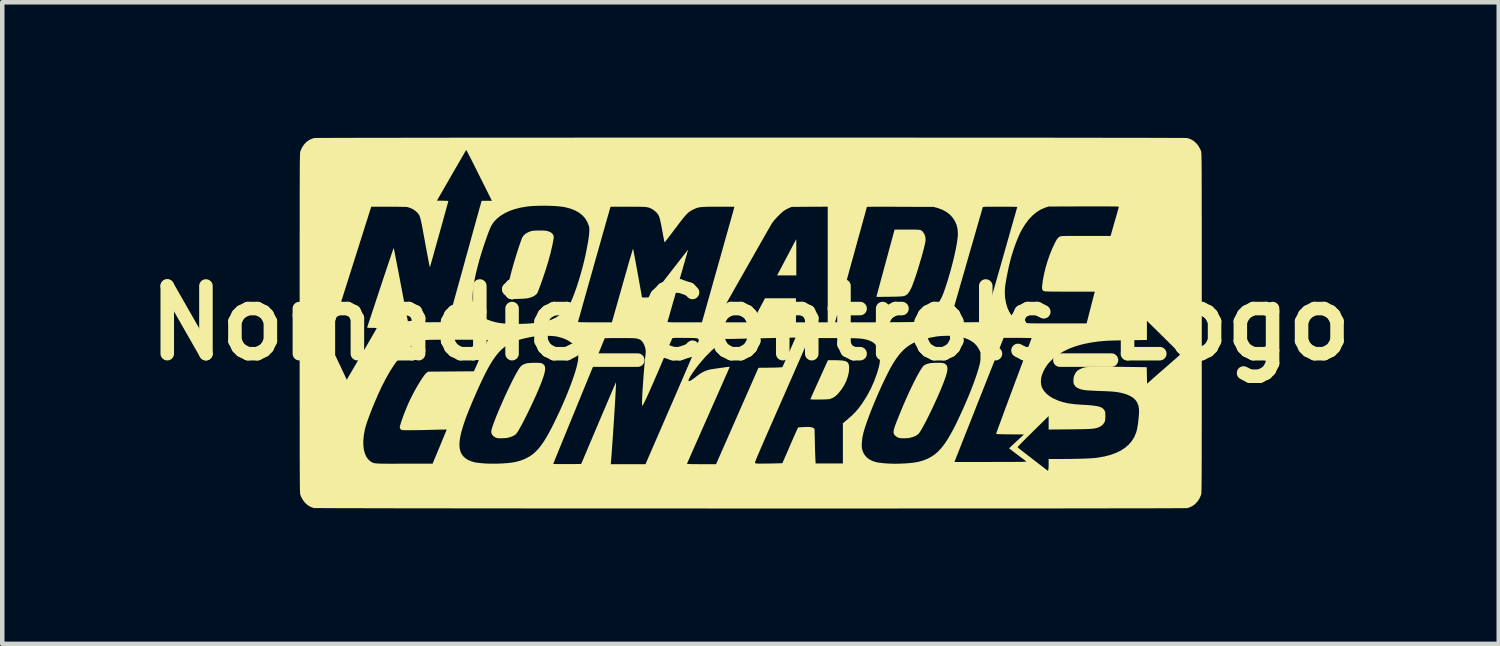
<source format=kicad_pcb>
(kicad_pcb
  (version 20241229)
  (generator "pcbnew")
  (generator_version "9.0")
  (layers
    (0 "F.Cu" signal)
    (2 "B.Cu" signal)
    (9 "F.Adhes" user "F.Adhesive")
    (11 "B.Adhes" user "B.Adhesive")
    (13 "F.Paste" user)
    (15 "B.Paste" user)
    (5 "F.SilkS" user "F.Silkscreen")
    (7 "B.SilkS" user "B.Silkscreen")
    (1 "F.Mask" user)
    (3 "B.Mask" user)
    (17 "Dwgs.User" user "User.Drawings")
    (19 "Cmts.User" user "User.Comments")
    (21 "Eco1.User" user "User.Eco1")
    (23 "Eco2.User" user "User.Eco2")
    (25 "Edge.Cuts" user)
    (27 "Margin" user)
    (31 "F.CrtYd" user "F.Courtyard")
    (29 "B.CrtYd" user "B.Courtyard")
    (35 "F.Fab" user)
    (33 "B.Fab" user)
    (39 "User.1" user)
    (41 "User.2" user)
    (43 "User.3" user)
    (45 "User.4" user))
  (footprint "Nomadic_Controls_Logo"
    (layer "F.Cu")
    (at 13.586 4.111)
    (property "Reference" "Nomadic_Controls_Logo" (at 0 0 0) (layer "F.SilkS") (effects (font (size 1.5 1.5) (thickness 0.3))))
    (attr board_only exclude_from_pos_files exclude_from_bom)
    (fp_poly (pts (xy 1.013 -1.851) (xy 1.014 -1.829) (xy 1.014 -1.793) (xy 1.014 -1.746) (xy 1.015 -1.689) (xy 1.015 -1.623) (xy 1.015 -1.55) (xy 1.015 -1.471) (xy 1.015 -1.459) (xy 1.015 -1.056) (xy 0.802 -1.056) (xy 0.588 -1.056) (xy 0.629 -1.132) (xy 0.642 -1.155) (xy 0.661 -1.192) (xy 0.685 -1.238) (xy 0.714 -1.293) (xy 0.747 -1.356) (xy 0.782 -1.422) (xy 0.819 -1.492) (xy 0.84 -1.531) (xy 0.875 -1.598) (xy 0.908 -1.661) (xy 0.937 -1.717) (xy 0.963 -1.766) (xy 0.985 -1.806) (xy 1 -1.836) (xy 1.01 -1.854) (xy 1.012 -1.858)) (stroke (width 0) (type solid)) (fill yes) (layer "F.SilkS"))
    (fp_poly (pts (xy 1.863 0.823) (xy 1.945 0.825) (xy 2.012 0.828) (xy 2.066 0.835) (xy 2.108 0.846) (xy 2.139 0.861) (xy 2.161 0.882) (xy 2.175 0.91) (xy 2.183 0.944) (xy 2.186 0.986) (xy 2.186 0.998) (xy 2.179 1.09) (xy 2.157 1.185) (xy 2.123 1.282) (xy 2.077 1.376) (xy 2.02 1.466) (xy 1.954 1.549) (xy 1.925 1.581) (xy 1.872 1.628) (xy 1.818 1.661) (xy 1.761 1.682) (xy 1.746 1.686) (xy 1.727 1.688) (xy 1.696 1.69) (xy 1.656 1.692) (xy 1.61 1.693) (xy 1.56 1.694) (xy 1.509 1.695) (xy 1.46 1.695) (xy 1.415 1.695) (xy 1.376 1.694) (xy 1.347 1.692) (xy 1.33 1.69) (xy 1.326 1.689) (xy 1.33 1.68) (xy 1.339 1.658) (xy 1.354 1.624) (xy 1.374 1.579) (xy 1.399 1.524) (xy 1.427 1.462) (xy 1.458 1.392) (xy 1.492 1.317) (xy 1.521 1.253) (xy 1.716 0.823)) (stroke (width 0) (type solid)) (fill yes) (layer "F.SilkS"))
    (fp_poly (pts (xy 3.551 -2.072) (xy 3.614 -2.071) (xy 3.665 -2.071) (xy 3.705 -2.069) (xy 3.735 -2.067) (xy 3.758 -2.063) (xy 3.775 -2.058) (xy 3.789 -2.051) (xy 3.8 -2.043) (xy 3.811 -2.032) (xy 3.817 -2.025) (xy 3.851 -1.977) (xy 3.872 -1.92) (xy 3.879 -1.875) (xy 3.88 -1.851) (xy 3.879 -1.826) (xy 3.875 -1.796) (xy 3.867 -1.759) (xy 3.856 -1.71) (xy 3.849 -1.682) (xy 3.825 -1.587) (xy 3.797 -1.484) (xy 3.765 -1.376) (xy 3.732 -1.266) (xy 3.699 -1.157) (xy 3.665 -1.053) (xy 3.632 -0.956) (xy 3.601 -0.871) (xy 3.586 -0.83) (xy 3.558 -0.766) (xy 3.529 -0.712) (xy 3.5 -0.668) (xy 3.472 -0.637) (xy 3.464 -0.631) (xy 3.448 -0.62) (xy 3.431 -0.611) (xy 3.413 -0.603) (xy 3.392 -0.598) (xy 3.365 -0.593) (xy 3.331 -0.59) (xy 3.288 -0.588) (xy 3.234 -0.586) (xy 3.167 -0.584) (xy 3.087 -0.583) (xy 3.076 -0.583) (xy 2.79 -0.58) (xy 2.796 -0.603) (xy 2.799 -0.617) (xy 2.807 -0.645) (xy 2.818 -0.686) (xy 2.832 -0.739) (xy 2.849 -0.801) (xy 2.868 -0.872) (xy 2.889 -0.95) (xy 2.912 -1.034) (xy 2.936 -1.122) (xy 2.96 -1.213) (xy 2.985 -1.306) (xy 3.011 -1.4) (xy 3.036 -1.492) (xy 3.06 -1.581) (xy 3.083 -1.667) (xy 3.105 -1.747) (xy 3.125 -1.821) (xy 3.143 -1.887) (xy 3.158 -1.943) (xy 3.171 -1.988) (xy 3.18 -2.021) (xy 3.185 -2.041) (xy 3.186 -2.045) (xy 3.195 -2.072) (xy 3.473 -2.072)) (stroke (width 0) (type solid)) (fill yes) (layer "F.SilkS"))
    (fp_poly (pts (xy -4.732 0.881) (xy -4.696 0.882) (xy -4.669 0.883) (xy -4.649 0.887) (xy -4.632 0.891) (xy -4.617 0.898) (xy -4.588 0.916) (xy -4.568 0.939) (xy -4.556 0.97) (xy -4.552 1.009) (xy -4.556 1.058) (xy -4.569 1.117) (xy -4.59 1.188) (xy -4.615 1.258) (xy -4.651 1.355) (xy -4.696 1.464) (xy -4.747 1.583) (xy -4.805 1.71) (xy -4.868 1.845) (xy -4.935 1.984) (xy -4.987 2.088) (xy -5.034 2.181) (xy -5.075 2.259) (xy -5.111 2.324) (xy -5.141 2.377) (xy -5.166 2.417) (xy -5.187 2.446) (xy -5.198 2.46) (xy -5.226 2.482) (xy -5.266 2.504) (xy -5.314 2.523) (xy -5.367 2.539) (xy -5.377 2.541) (xy -5.411 2.547) (xy -5.454 2.551) (xy -5.5 2.553) (xy -5.546 2.554) (xy -5.586 2.553) (xy -5.617 2.549) (xy -5.625 2.547) (xy -5.672 2.527) (xy -5.709 2.498) (xy -5.735 2.462) (xy -5.747 2.423) (xy -5.748 2.411) (xy -5.745 2.383) (xy -5.734 2.341) (xy -5.718 2.288) (xy -5.695 2.224) (xy -5.668 2.152) (xy -5.637 2.072) (xy -5.602 1.986) (xy -5.564 1.896) (xy -5.523 1.802) (xy -5.481 1.706) (xy -5.438 1.61) (xy -5.394 1.516) (xy -5.35 1.424) (xy -5.307 1.335) (xy -5.266 1.252) (xy -5.226 1.176) (xy -5.189 1.108) (xy -5.155 1.05) (xy -5.126 1.003) (xy -5.124 1.001) (xy -5.097 0.965) (xy -5.067 0.937) (xy -5.032 0.916) (xy -4.989 0.9) (xy -4.938 0.889) (xy -4.875 0.883) (xy -4.798 0.881) (xy -4.782 0.881)) (stroke (width 0) (type solid)) (fill yes) (layer "F.SilkS"))
    (fp_poly (pts (xy 4.185 0.881) (xy 4.221 0.882) (xy 4.248 0.883) (xy 4.268 0.887) (xy 4.285 0.891) (xy 4.3 0.898) (xy 4.33 0.917) (xy 4.351 0.943) (xy 4.362 0.977) (xy 4.365 1.02) (xy 4.358 1.073) (xy 4.342 1.138) (xy 4.321 1.204) (xy 4.298 1.268) (xy 4.27 1.342) (xy 4.238 1.422) (xy 4.202 1.508) (xy 4.163 1.598) (xy 4.121 1.691) (xy 4.078 1.785) (xy 4.035 1.878) (xy 3.991 1.97) (xy 3.948 2.058) (xy 3.906 2.142) (xy 3.866 2.219) (xy 3.828 2.288) (xy 3.795 2.349) (xy 3.765 2.398) (xy 3.74 2.435) (xy 3.722 2.457) (xy 3.691 2.482) (xy 3.646 2.506) (xy 3.593 2.527) (xy 3.54 2.541) (xy 3.503 2.548) (xy 3.457 2.552) (xy 3.408 2.554) (xy 3.361 2.553) (xy 3.321 2.551) (xy 3.296 2.547) (xy 3.245 2.527) (xy 3.205 2.494) (xy 3.193 2.48) (xy 3.182 2.463) (xy 3.174 2.445) (xy 3.17 2.426) (xy 3.17 2.404) (xy 3.174 2.376) (xy 3.183 2.342) (xy 3.196 2.299) (xy 3.215 2.247) (xy 3.239 2.183) (xy 3.27 2.106) (xy 3.277 2.088) (xy 3.335 1.944) (xy 3.394 1.804) (xy 3.453 1.669) (xy 3.511 1.54) (xy 3.568 1.42) (xy 3.622 1.309) (xy 3.674 1.208) (xy 3.722 1.12) (xy 3.766 1.045) (xy 3.789 1.009) (xy 3.816 0.971) (xy 3.841 0.943) (xy 3.869 0.924) (xy 3.904 0.909) (xy 3.951 0.896) (xy 3.953 0.895) (xy 3.988 0.888) (xy 4.033 0.884) (xy 4.09 0.881) (xy 4.135 0.881)) (stroke (width 0) (type solid)) (fill yes) (layer "F.SilkS"))
    (fp_poly (pts (xy -4.626 -2.051) (xy -4.585 -2.05) (xy -4.553 -2.048) (xy -4.528 -2.045) (xy -4.505 -2.039) (xy -4.482 -2.033) (xy -4.445 -2.019) (xy -4.419 -2.004) (xy -4.396 -1.984) (xy -4.394 -1.982) (xy -4.38 -1.964) (xy -4.37 -1.946) (xy -4.364 -1.926) (xy -4.363 -1.901) (xy -4.366 -1.867) (xy -4.373 -1.824) (xy -4.384 -1.768) (xy -4.386 -1.756) (xy -4.429 -1.567) (xy -4.482 -1.371) (xy -4.544 -1.168) (xy -4.616 -0.956) (xy -4.663 -0.827) (xy -4.678 -0.785) (xy -4.693 -0.746) (xy -4.705 -0.713) (xy -4.713 -0.691) (xy -4.713 -0.69) (xy -4.736 -0.651) (xy -4.773 -0.617) (xy -4.822 -0.587) (xy -4.883 -0.564) (xy -4.927 -0.553) (xy -4.955 -0.548) (xy -4.994 -0.544) (xy -5.039 -0.54) (xy -5.088 -0.538) (xy -5.137 -0.536) (xy -5.181 -0.535) (xy -5.219 -0.536) (xy -5.246 -0.537) (xy -5.257 -0.539) (xy -5.31 -0.564) (xy -5.351 -0.598) (xy -5.377 -0.641) (xy -5.387 -0.671) (xy -5.39 -0.692) (xy -5.39 -0.719) (xy -5.386 -0.752) (xy -5.38 -0.795) (xy -5.37 -0.847) (xy -5.356 -0.911) (xy -5.338 -0.989) (xy -5.325 -1.04) (xy -5.309 -1.103) (xy -5.29 -1.175) (xy -5.268 -1.253) (xy -5.245 -1.334) (xy -5.22 -1.418) (xy -5.194 -1.502) (xy -5.169 -1.583) (xy -5.144 -1.66) (xy -5.121 -1.73) (xy -5.099 -1.792) (xy -5.081 -1.843) (xy -5.066 -1.882) (xy -5.06 -1.895) (xy -5.029 -1.942) (xy -4.984 -1.982) (xy -4.925 -2.015) (xy -4.868 -2.036) (xy -4.845 -2.042) (xy -4.819 -2.046) (xy -4.788 -2.049) (xy -4.748 -2.051) (xy -4.695 -2.051) (xy -4.68 -2.051)) (stroke (width 0) (type solid)) (fill yes) (layer "F.SilkS"))
    (fp_poly (pts (xy 0.384 -4.111) (xy 0.729 -4.111) (xy 1.073 -4.111) (xy 1.416 -4.111) (xy 1.757 -4.111) (xy 2.096 -4.111) (xy 2.433 -4.111) (xy 2.767 -4.111) (xy 3.098 -4.111) (xy 3.425 -4.111) (xy 3.748 -4.11) (xy 4.067 -4.11) (xy 4.381 -4.11) (xy 4.691 -4.11) (xy 4.994 -4.11) (xy 5.292 -4.11) (xy 5.583 -4.11) (xy 5.868 -4.109) (xy 6.146 -4.109) (xy 6.416 -4.109) (xy 6.678 -4.109) (xy 6.932 -4.108) (xy 7.178 -4.108) (xy 7.414 -4.108) (xy 7.641 -4.108) (xy 7.858 -4.107) (xy 8.065 -4.107) (xy 8.262 -4.107) (xy 8.447 -4.106) (xy 8.621 -4.106) (xy 8.784 -4.106) (xy 8.934 -4.105) (xy 9.071 -4.105) (xy 9.196 -4.105) (xy 9.307 -4.104) (xy 9.405 -4.104) (xy 9.488 -4.103) (xy 9.557 -4.103) (xy 9.611 -4.103) (xy 9.65 -4.102) (xy 9.673 -4.102) (xy 9.68 -4.101) (xy 9.752 -4.078) (xy 9.818 -4.04) (xy 9.877 -3.989) (xy 9.928 -3.927) (xy 9.968 -3.854) (xy 9.987 -3.808) (xy 9.988 -3.804) (xy 9.989 -3.799) (xy 9.99 -3.793) (xy 9.991 -3.786) (xy 9.992 -3.776) (xy 9.993 -3.764) (xy 9.994 -3.749) (xy 9.995 -3.731) (xy 9.995 -3.709) (xy 9.996 -3.682) (xy 9.997 -3.651) (xy 9.997 -3.614) (xy 9.998 -3.572) (xy 9.998 -3.523) (xy 9.999 -3.468) (xy 9.999 -3.407) (xy 10 -3.337) (xy 10 -3.26) (xy 10 -3.175) (xy 10 -3.08) (xy 10.001 -2.977) (xy 10.001 -2.864) (xy 10.001 -2.74) (xy 10.001 -2.607) (xy 10.001 -2.462) (xy 10.002 -2.306) (xy 10.002 -2.137) (xy 10.002 -1.957) (xy 10.002 -1.764) (xy 10.002 -1.557) (xy 10.002 -1.337) (xy 10.002 -1.103) (xy 10.002 -0.854) (xy 10.002 -0.59) (xy 10.002 -0.31) (xy 10.002 -0.015) (xy 10.002 0) (xy 10.002 0.296) (xy 10.002 0.576) (xy 10.002 0.841) (xy 10.002 1.091) (xy 10.002 1.326) (xy 10.002 1.546) (xy 10.002 1.754) (xy 10.002 1.948) (xy 10.002 2.129) (xy 10.002 2.298) (xy 10.001 2.454) (xy 10.001 2.6) (xy 10.001 2.734) (xy 10.001 2.858) (xy 10.001 2.972) (xy 10 3.075) (xy 10 3.17) (xy 10 3.256) (xy 10 3.334) (xy 9.999 3.403) (xy 9.999 3.466) (xy 9.998 3.521) (xy 9.998 3.569) (xy 9.997 3.612) (xy 9.997 3.649) (xy 9.996 3.68) (xy 9.995 3.707) (xy 9.995 3.73) (xy 9.994 3.748) (xy 9.993 3.764) (xy 9.992 3.776) (xy 9.991 3.785) (xy 9.99 3.793) (xy 9.989 3.799) (xy 9.988 3.803) (xy 9.987 3.807) (xy 9.987 3.808) (xy 9.953 3.885) (xy 9.908 3.954) (xy 9.854 4.012) (xy 9.792 4.057) (xy 9.723 4.089) (xy 9.68 4.101) (xy 9.67 4.102) (xy 9.643 4.102) (xy 9.601 4.103) (xy 9.544 4.103) (xy 9.472 4.104) (xy 9.386 4.104) (xy 9.285 4.105) (xy 9.171 4.105) (xy 9.044 4.105) (xy 8.903 4.106) (xy 8.751 4.106) (xy 8.586 4.106) (xy 8.409 4.107) (xy 8.222 4.107) (xy 8.023 4.107) (xy 7.814 4.108) (xy 7.595 4.108) (xy 7.366 4.108) (xy 7.127 4.108) (xy 6.88 4.109) (xy 6.624 4.109) (xy 6.36 4.109) (xy 6.089 4.109) (xy 5.809 4.109) (xy 5.523 4.11) (xy 5.231 4.11) (xy 4.932 4.11) (xy 4.627 4.11) (xy 4.317 4.11) (xy 4.001 4.11) (xy 3.681 4.11) (xy 3.357 4.11) (xy 3.029 4.111) (xy 2.698 4.111) (xy 2.363 4.111) (xy 2.026 4.111) (xy 1.686 4.111) (xy 1.345 4.111) (xy 1.002 4.111) (xy 0.657 4.111) (xy 0.312 4.111) (xy -0.033 4.111) (xy -0.378 4.111) (xy -0.723 4.111) (xy -1.067 4.11) (xy -1.41 4.11) (xy -1.751 4.11) (xy -2.09 4.11) (xy -2.427 4.11) (xy -2.761 4.11) (xy -3.092 4.11) (xy -3.419 4.11) (xy -3.743 4.109) (xy -4.062 4.109) (xy -4.376 4.109) (xy -4.686 4.109) (xy -4.989 4.109) (xy -5.287 4.108) (xy -5.579 4.108) (xy -5.864 4.108) (xy -6.141 4.108) (xy -6.412 4.108) (xy -6.674 4.107) (xy -6.929 4.107) (xy -7.174 4.107) (xy -7.411 4.106) (xy -7.638 4.106) (xy -7.856 4.106) (xy -8.063 4.105) (xy -8.259 4.105) (xy -8.445 4.105) (xy -8.619 4.104) (xy -8.782 4.104) (xy -8.932 4.104) (xy -9.07 4.103) (xy -9.195 4.103) (xy -9.307 4.102) (xy -9.405 4.102) (xy -9.489 4.101) (xy -9.558 4.101) (xy -9.613 4.101) (xy -9.652 4.1) (xy -9.675 4.1) (xy -9.683 4.099) (xy -9.754 4.074) (xy -9.819 4.034) (xy -9.877 3.981) (xy -9.926 3.916) (xy -9.965 3.842) (xy -9.978 3.808) (xy -9.98 3.804) (xy -9.981 3.799) (xy -9.982 3.793) (xy -9.983 3.786) (xy -9.984 3.776) (xy -9.985 3.764) (xy -9.986 3.749) (xy -9.986 3.731) (xy -9.987 3.709) (xy -9.988 3.682) (xy -9.988 3.651) (xy -9.989 3.614) (xy -9.99 3.572) (xy -9.99 3.523) (xy -9.991 3.468) (xy -9.991 3.407) (xy -9.991 3.337) (xy -9.992 3.26) (xy -9.992 3.175) (xy -9.992 3.121) (xy -4.373 3.121) (xy -4.365 3.123) (xy -4.342 3.124) (xy -4.306 3.125) (xy -4.259 3.126) (xy -4.202 3.126) (xy -4.136 3.126) (xy -4.064 3.126) (xy -4.063 3.126) (xy -3.754 3.124) (xy -3.37 2.217) (xy -3.321 2.102) (xy -3.274 1.991) (xy -3.228 1.885) (xy -3.186 1.785) (xy -3.146 1.692) (xy -3.11 1.607) (xy -3.077 1.531) (xy -3.049 1.465) (xy -3.025 1.41) (xy -3.006 1.366) (xy -2.992 1.335) (xy -2.984 1.318) (xy -2.982 1.314) (xy -2.982 1.323) (xy -2.982 1.347) (xy -2.983 1.386) (xy -2.986 1.437) (xy -2.989 1.499) (xy -2.993 1.571) (xy -2.997 1.653) (xy -3.002 1.742) (xy -3.008 1.838) (xy -3.014 1.939) (xy -3.021 2.044) (xy -3.028 2.152) (xy -3.035 2.262) (xy -3.042 2.372) (xy -3.05 2.482) (xy -3.057 2.589) (xy -3.064 2.693) (xy -3.072 2.792) (xy -3.078 2.886) (xy -3.085 2.973) (xy -3.091 3.051) (xy -3.092 3.064) (xy -3.098 3.128) (xy -2.713 3.128) (xy -2.329 3.128) (xy -2.325 3.12) (xy -1.408 3.12) (xy -1.4 3.122) (xy -1.376 3.124) (xy -1.337 3.125) (xy -1.284 3.127) (xy -1.217 3.127) (xy -1.136 3.128) (xy -1.086 3.128) (xy -0.764 3.128) (xy -0.75 3.096) (xy 0.098 3.096) (xy 0.099 3.099) (xy 0.1 3.101) (xy 0.113 3.108) (xy 0.134 3.113) (xy 0.138 3.114) (xy 0.155 3.115) (xy 0.186 3.115) (xy 0.226 3.115) (xy 0.275 3.115) (xy 0.33 3.114) (xy 0.388 3.114) (xy 0.448 3.113) (xy 0.506 3.112) (xy 0.561 3.11) (xy 0.61 3.109) (xy 0.652 3.108) (xy 0.683 3.107) (xy 0.701 3.105) (xy 0.705 3.104) (xy 0.71 3.096) (xy 0.72 3.074) (xy 0.734 3.041) (xy 0.753 2.998) (xy 0.775 2.947) (xy 0.8 2.89) (xy 0.818 2.85) (xy 0.847 2.781) (xy 0.878 2.71) (xy 0.908 2.64) (xy 0.938 2.573) (xy 0.963 2.514) (xy 0.985 2.466) (xy 0.989 2.456) (xy 1.054 2.313) (xy 1.164 2.306) (xy 1.236 2.303) (xy 1.294 2.303) (xy 1.338 2.307) (xy 1.371 2.315) (xy 1.394 2.326) (xy 1.398 2.329) (xy 1.419 2.348) (xy 1.426 2.621) (xy 1.427 2.692) (xy 1.429 2.764) (xy 1.431 2.833) (xy 1.433 2.895) (xy 1.435 2.949) (xy 1.437 2.99) (xy 1.437 3.003) (xy 1.443 3.112) (xy 1.745 3.112) (xy 2.047 3.112) (xy 2.047 2.715) (xy 2.466 2.715) (xy 2.468 2.765) (xy 2.472 2.792) (xy 2.495 2.864) (xy 2.532 2.927) (xy 2.581 2.982) (xy 2.643 3.027) (xy 2.716 3.062) (xy 2.8 3.086) (xy 2.828 3.091) (xy 2.934 3.105) (xy 3.051 3.114) (xy 3.177 3.118) (xy 3.308 3.117) (xy 3.427 3.111) (xy 3.535 3.103) (xy 3.629 3.092) (xy 3.702 3.079) (xy 4.52 3.079) (xy 5.325 3.079) (xy 5.458 3.078) (xy 5.576 3.078) (xy 5.679 3.078) (xy 5.769 3.078) (xy 5.846 3.078) (xy 5.911 3.077) (xy 5.965 3.077) (xy 6.009 3.076) (xy 6.044 3.075) (xy 6.071 3.074) (xy 6.09 3.073) (xy 6.104 3.072) (xy 6.111 3.07) (xy 6.114 3.068) (xy 6.113 3.066) (xy 6.113 3.066) (xy 6.102 3.058) (xy 6.08 3.042) (xy 6.049 3.018) (xy 6.01 2.989) (xy 5.966 2.956) (xy 5.918 2.919) (xy 5.914 2.917) (xy 5.867 2.881) (xy 5.824 2.849) (xy 5.788 2.82) (xy 5.759 2.798) (xy 5.74 2.783) (xy 5.733 2.776) (xy 5.733 2.776) (xy 5.738 2.769) (xy 5.753 2.755) (xy 5.921 2.755) (xy 5.922 2.757) (xy 5.931 2.764) (xy 5.951 2.78) (xy 5.981 2.804) (xy 6.019 2.834) (xy 6.064 2.869) (xy 6.115 2.908) (xy 6.169 2.95) (xy 6.225 2.993) (xy 6.282 3.038) (xy 6.339 3.081) (xy 6.393 3.123) (xy 6.444 3.162) (xy 6.49 3.197) (xy 6.529 3.227) (xy 6.56 3.251) (xy 6.581 3.267) (xy 6.592 3.274) (xy 6.592 3.275) (xy 6.596 3.268) (xy 6.601 3.25) (xy 6.603 3.237) (xy 6.605 3.213) (xy 6.607 3.178) (xy 6.608 3.137) (xy 6.608 3.106) (xy 6.608 3.013) (xy 6.88 3.013) (xy 6.999 3.012) (xy 7.115 3.011) (xy 7.226 3.009) (xy 7.33 3.006) (xy 7.425 3.003) (xy 7.511 2.999) (xy 7.585 2.994) (xy 7.646 2.989) (xy 7.689 2.984) (xy 7.839 2.958) (xy 7.975 2.923) (xy 8.097 2.879) (xy 8.206 2.827) (xy 8.301 2.765) (xy 8.382 2.695) (xy 8.45 2.616) (xy 8.505 2.528) (xy 8.546 2.431) (xy 8.561 2.38) (xy 8.572 2.332) (xy 8.582 2.272) (xy 8.592 2.202) (xy 8.6 2.128) (xy 8.607 2.051) (xy 8.612 1.981) (xy 8.61 1.899) (xy 8.597 1.826) (xy 8.571 1.762) (xy 8.533 1.706) (xy 8.481 1.657) (xy 8.415 1.616) (xy 8.335 1.581) (xy 8.24 1.553) (xy 8.201 1.544) (xy 8.162 1.536) (xy 8.125 1.53) (xy 8.085 1.525) (xy 8.042 1.52) (xy 7.992 1.516) (xy 7.933 1.513) (xy 7.862 1.51) (xy 7.778 1.507) (xy 7.771 1.507) (xy 7.704 1.504) (xy 7.638 1.501) (xy 7.576 1.498) (xy 7.521 1.495) (xy 7.476 1.493) (xy 7.444 1.49) (xy 7.44 1.49) (xy 7.36 1.478) (xy 7.295 1.46) (xy 7.244 1.437) (xy 7.205 1.408) (xy 7.177 1.371) (xy 7.173 1.364) (xy 7.164 1.341) (xy 7.158 1.32) (xy 7.157 1.294) (xy 7.158 1.258) (xy 7.158 1.257) (xy 7.162 1.216) (xy 7.168 1.184) (xy 7.18 1.153) (xy 7.188 1.135) (xy 7.212 1.093) (xy 7.24 1.061) (xy 7.276 1.035) (xy 7.317 1.015) (xy 7.338 1.005) (xy 7.358 0.997) (xy 7.379 0.99) (xy 7.402 0.984) (xy 7.428 0.979) (xy 7.458 0.975) (xy 7.493 0.972) (xy 7.535 0.969) (xy 7.584 0.967) (xy 7.641 0.966) (xy 7.708 0.966) (xy 7.785 0.966) (xy 7.874 0.966) (xy 7.976 0.967) (xy 8.092 0.969) (xy 8.223 0.97) (xy 8.258 0.971) (xy 8.782 0.978) (xy 8.786 1.161) (xy 8.79 1.344) (xy 8.937 1.214) (xy 8.981 1.175) (xy 9.034 1.128) (xy 9.094 1.076) (xy 9.157 1.021) (xy 9.221 0.965) (xy 9.282 0.912) (xy 9.305 0.892) (xy 9.356 0.847) (xy 9.403 0.806) (xy 9.445 0.769) (xy 9.48 0.738) (xy 9.506 0.714) (xy 9.523 0.698) (xy 9.529 0.692) (xy 9.523 0.685) (xy 9.507 0.667) (xy 9.482 0.64) (xy 9.447 0.605) (xy 9.405 0.562) (xy 9.356 0.512) (xy 9.301 0.457) (xy 9.241 0.398) (xy 9.177 0.335) (xy 9.159 0.317) (xy 8.786 -0.05) (xy 8.786 0.162) (xy 8.786 0.375) (xy 8.411 0.38) (xy 8.328 0.381) (xy 8.244 0.383) (xy 8.162 0.384) (xy 8.085 0.386) (xy 8.015 0.388) (xy 7.955 0.39) (xy 7.908 0.392) (xy 7.889 0.393) (xy 7.702 0.409) (xy 7.525 0.435) (xy 7.36 0.47) (xy 7.207 0.513) (xy 7.065 0.566) (xy 6.937 0.628) (xy 6.821 0.698) (xy 6.718 0.777) (xy 6.629 0.864) (xy 6.571 0.934) (xy 6.527 1.002) (xy 6.489 1.076) (xy 6.459 1.151) (xy 6.451 1.176) (xy 6.439 1.241) (xy 6.436 1.307) (xy 6.442 1.369) (xy 6.458 1.423) (xy 6.462 1.433) (xy 6.503 1.502) (xy 6.559 1.565) (xy 6.629 1.622) (xy 6.714 1.672) (xy 6.813 1.716) (xy 6.868 1.735) (xy 6.926 1.753) (xy 6.985 1.767) (xy 7.047 1.78) (xy 7.116 1.79) (xy 7.192 1.799) (xy 7.28 1.806) (xy 7.381 1.812) (xy 7.419 1.814) (xy 7.487 1.818) (xy 7.554 1.824) (xy 7.617 1.832) (xy 7.672 1.84) (xy 7.716 1.849) (xy 7.732 1.854) (xy 7.786 1.876) (xy 7.826 1.908) (xy 7.846 1.936) (xy 7.854 1.953) (xy 7.86 1.969) (xy 7.863 1.991) (xy 7.864 2.02) (xy 7.865 2.062) (xy 7.865 2.063) (xy 7.864 2.108) (xy 7.862 2.14) (xy 7.858 2.164) (xy 7.852 2.184) (xy 7.847 2.194) (xy 7.816 2.243) (xy 7.772 2.282) (xy 7.715 2.312) (xy 7.693 2.319) (xy 7.67 2.326) (xy 7.647 2.331) (xy 7.623 2.336) (xy 7.595 2.34) (xy 7.563 2.343) (xy 7.525 2.346) (xy 7.479 2.349) (xy 7.425 2.35) (xy 7.36 2.352) (xy 7.283 2.353) (xy 7.193 2.354) (xy 7.089 2.356) (xy 7.073 2.356) (xy 6.608 2.36) (xy 6.608 2.211) (xy 6.608 2.062) (xy 6.26 2.404) (xy 6.185 2.478) (xy 6.121 2.54) (xy 6.068 2.594) (xy 6.024 2.638) (xy 5.989 2.673) (xy 5.963 2.702) (xy 5.943 2.723) (xy 5.93 2.739) (xy 5.923 2.749) (xy 5.921 2.755) (xy 5.753 2.755) (xy 5.755 2.753) (xy 5.78 2.729) (xy 5.813 2.698) (xy 5.852 2.662) (xy 5.894 2.623) (xy 5.897 2.62) (xy 6.061 2.469) (xy 5.753 2.467) (xy 5.672 2.466) (xy 5.605 2.465) (xy 5.553 2.464) (xy 5.512 2.463) (xy 5.483 2.462) (xy 5.463 2.46) (xy 5.451 2.458) (xy 5.446 2.455) (xy 5.445 2.453) (xy 5.448 2.443) (xy 5.456 2.418) (xy 5.47 2.379) (xy 5.489 2.326) (xy 5.513 2.261) (xy 5.542 2.183) (xy 5.575 2.093) (xy 5.612 1.991) (xy 5.653 1.88) (xy 5.699 1.758) (xy 5.747 1.626) (xy 5.8 1.486) (xy 5.855 1.337) (xy 5.914 1.18) (xy 5.975 1.017) (xy 6.039 0.846) (xy 6.099 0.684) (xy 6.126 0.613) (xy 6.151 0.546) (xy 6.174 0.485) (xy 6.194 0.432) (xy 6.21 0.389) (xy 6.222 0.356) (xy 6.229 0.336) (xy 6.231 0.33) (xy 6.223 0.33) (xy 6.201 0.329) (xy 6.166 0.329) (xy 6.119 0.328) (xy 6.064 0.328) (xy 6.001 0.328) (xy 5.932 0.328) (xy 5.921 0.328) (xy 5.61 0.328) (xy 5.381 0.903) (xy 5.357 0.964) (xy 5.328 1.035) (xy 5.296 1.116) (xy 5.261 1.205) (xy 5.223 1.301) (xy 5.182 1.404) (xy 5.14 1.511) (xy 5.095 1.623) (xy 5.05 1.737) (xy 5.004 1.853) (xy 4.958 1.97) (xy 4.912 2.086) (xy 4.867 2.201) (xy 4.822 2.313) (xy 4.779 2.422) (xy 4.738 2.525) (xy 4.699 2.623) (xy 4.664 2.714) (xy 4.631 2.797) (xy 4.602 2.871) (xy 4.577 2.934) (xy 4.556 2.986) (xy 4.541 3.026) (xy 4.531 3.052) (xy 4.527 3.06) (xy 4.52 3.079) (xy 3.702 3.079) (xy 3.713 3.077) (xy 3.788 3.058) (xy 3.858 3.035) (xy 3.924 3.007) (xy 3.958 2.99) (xy 4.024 2.953) (xy 4.086 2.909) (xy 4.146 2.858) (xy 4.205 2.798) (xy 4.263 2.728) (xy 4.322 2.648) (xy 4.38 2.557) (xy 4.441 2.453) (xy 4.504 2.336) (xy 4.57 2.205) (xy 4.602 2.136) (xy 4.686 1.957) (xy 4.763 1.783) (xy 4.834 1.616) (xy 4.898 1.457) (xy 4.955 1.307) (xy 5.004 1.168) (xy 5.045 1.04) (xy 5.074 0.938) (xy 5.085 0.891) (xy 5.092 0.852) (xy 5.096 0.812) (xy 5.097 0.766) (xy 5.097 0.749) (xy 5.097 0.65) (xy 5.063 0.58) (xy 5.02 0.511) (xy 4.964 0.45) (xy 4.894 0.398) (xy 4.812 0.356) (xy 4.716 0.322) (xy 4.614 0.298) (xy 4.566 0.291) (xy 4.505 0.286) (xy 4.437 0.283) (xy 4.364 0.282) (xy 4.292 0.284) (xy 4.225 0.287) (xy 4.166 0.292) (xy 4.151 0.294) (xy 4.087 0.304) (xy 4.017 0.317) (xy 3.945 0.331) (xy 3.877 0.347) (xy 3.816 0.362) (xy 3.769 0.376) (xy 3.676 0.41) (xy 3.591 0.451) (xy 3.511 0.498) (xy 3.437 0.554) (xy 3.366 0.619) (xy 3.299 0.695) (xy 3.233 0.783) (xy 3.167 0.883) (xy 3.101 0.997) (xy 3.038 1.119) (xy 2.981 1.235) (xy 2.923 1.355) (xy 2.867 1.48) (xy 2.811 1.605) (xy 2.758 1.731) (xy 2.707 1.854) (xy 2.659 1.974) (xy 2.616 2.089) (xy 2.577 2.196) (xy 2.543 2.294) (xy 2.516 2.382) (xy 2.496 2.457) (xy 2.493 2.47) (xy 2.481 2.53) (xy 2.473 2.593) (xy 2.467 2.656) (xy 2.466 2.715) (xy 2.047 2.715) (xy 2.047 2.667) (xy 2.047 2.222) (xy 2.167 2.12) (xy 2.252 2.045) (xy 2.326 1.97) (xy 2.394 1.891) (xy 2.46 1.802) (xy 2.488 1.761) (xy 2.586 1.605) (xy 2.67 1.447) (xy 2.742 1.284) (xy 2.804 1.112) (xy 2.847 0.965) (xy 2.863 0.883) (xy 2.87 0.801) (xy 2.866 0.725) (xy 2.854 0.663) (xy 2.837 0.612) (xy 2.816 0.561) (xy 2.794 0.515) (xy 2.771 0.479) (xy 2.761 0.466) (xy 2.728 0.437) (xy 2.682 0.409) (xy 2.629 0.385) (xy 2.577 0.369) (xy 2.548 0.362) (xy 2.517 0.356) (xy 2.485 0.35) (xy 2.449 0.346) (xy 2.408 0.342) (xy 2.361 0.339) (xy 2.306 0.337) (xy 2.243 0.335) (xy 2.169 0.334) (xy 2.084 0.333) (xy 1.985 0.332) (xy 1.873 0.332) (xy 1.81 0.332) (xy 1.299 0.332) (xy 1.236 0.475) (xy 1.225 0.5) (xy 1.208 0.539) (xy 1.186 0.591) (xy 1.158 0.654) (xy 1.125 0.729) (xy 1.088 0.814) (xy 1.047 0.907) (xy 1.002 1.009) (xy 0.955 1.117) (xy 0.905 1.231) (xy 0.853 1.349) (xy 0.799 1.472) (xy 0.744 1.597) (xy 0.721 1.65) (xy 0.645 1.823) (xy 0.575 1.981) (xy 0.512 2.126) (xy 0.454 2.257) (xy 0.402 2.376) (xy 0.355 2.483) (xy 0.313 2.579) (xy 0.276 2.665) (xy 0.243 2.74) (xy 0.215 2.806) (xy 0.19 2.863) (xy 0.169 2.913) (xy 0.151 2.954) (xy 0.137 2.989) (xy 0.125 3.018) (xy 0.116 3.041) (xy 0.109 3.06) (xy 0.104 3.074) (xy 0.1 3.084) (xy 0.099 3.091) (xy 0.098 3.096) (xy -0.75 3.096) (xy -0.294 2.059) (xy 0.176 0.991) (xy 0.356 0.99) (xy 0.415 0.989) (xy 0.475 0.988) (xy 0.531 0.987) (xy 0.58 0.986) (xy 0.617 0.984) (xy 0.621 0.984) (xy 0.706 0.978) (xy 0.852 0.652) (xy 0.883 0.583) (xy 0.911 0.52) (xy 0.937 0.462) (xy 0.958 0.413) (xy 0.976 0.372) (xy 0.988 0.343) (xy 0.995 0.326) (xy 0.996 0.322) (xy 0.988 0.322) (xy 0.964 0.322) (xy 0.927 0.323) (xy 0.876 0.323) (xy 0.814 0.324) (xy 0.742 0.326) (xy 0.66 0.328) (xy 0.571 0.329) (xy 0.474 0.332) (xy 0.372 0.334) (xy 0.294 0.336) (xy 0.187 0.338) (xy 0.082 0.341) (xy -0.017 0.343) (xy -0.111 0.345) (xy -0.197 0.347) (xy -0.275 0.348) (xy -0.342 0.35) (xy -0.398 0.351) (xy -0.441 0.352) (xy -0.47 0.352) (xy -0.48 0.352) (xy -0.555 0.352) (xy -0.697 0.466) (xy -0.854 0.601) (xy -1 0.747) (xy -1.133 0.902) (xy -1.185 0.968) (xy -1.232 1.031) (xy -1.275 1.091) (xy -1.311 1.145) (xy -1.34 1.193) (xy -1.361 1.232) (xy -1.373 1.262) (xy -1.376 1.275) (xy -1.37 1.286) (xy -1.353 1.285) (xy -1.326 1.273) (xy -1.289 1.25) (xy -1.242 1.216) (xy -1.198 1.182) (xy -1.124 1.127) (xy -1.054 1.085) (xy -0.983 1.054) (xy -0.91 1.032) (xy -0.908 1.032) (xy -0.886 1.027) (xy -0.852 1.022) (xy -0.81 1.015) (xy -0.762 1.008) (xy -0.71 1) (xy -0.657 0.993) (xy -0.605 0.986) (xy -0.558 0.979) (xy -0.517 0.975) (xy -0.486 0.971) (xy -0.466 0.97) (xy -0.461 0.97) (xy -0.464 0.977) (xy -0.473 0.999) (xy -0.488 1.034) (xy -0.509 1.082) (xy -0.535 1.141) (xy -0.566 1.21) (xy -0.601 1.29) (xy -0.64 1.379) (xy -0.683 1.476) (xy -0.729 1.58) (xy -0.778 1.691) (xy -0.83 1.808) (xy -0.884 1.93) (xy -0.933 2.042) (xy -0.989 2.167) (xy -1.043 2.289) (xy -1.094 2.405) (xy -1.143 2.516) (xy -1.189 2.62) (xy -1.232 2.716) (xy -1.271 2.805) (xy -1.306 2.884) (xy -1.336 2.953) (xy -1.362 3.012) (xy -1.382 3.058) (xy -1.397 3.092) (xy -1.406 3.113) (xy -1.408 3.12) (xy -2.325 3.12) (xy -1.741 1.775) (xy -1.679 1.633) (xy -1.619 1.495) (xy -1.562 1.361) (xy -1.506 1.233) (xy -1.454 1.111) (xy -1.404 0.996) (xy -1.358 0.889) (xy -1.315 0.789) (xy -1.277 0.699) (xy -1.243 0.62) (xy -1.214 0.55) (xy -1.189 0.493) (xy -1.17 0.447) (xy -1.157 0.415) (xy -1.15 0.396) (xy -1.149 0.392) (xy -1.148 0.37) (xy -1.154 0.357) (xy -1.168 0.347) (xy -1.175 0.343) (xy -1.185 0.339) (xy -1.198 0.336) (xy -1.218 0.334) (xy -1.245 0.333) (xy -1.281 0.331) (xy -1.329 0.33) (xy -1.389 0.33) (xy -1.458 0.329) (xy -1.533 0.328) (xy -1.594 0.328) (xy -1.642 0.328) (xy -1.678 0.329) (xy -1.703 0.33) (xy -1.72 0.332) (xy -1.729 0.335) (xy -1.733 0.337) (xy -1.738 0.347) (xy -1.749 0.371) (xy -1.764 0.405) (xy -1.782 0.447) (xy -1.803 0.494) (xy -1.813 0.52) (xy -1.893 0.708) (xy -1.966 0.881) (xy -2.034 1.041) (xy -2.097 1.186) (xy -2.153 1.316) (xy -2.205 1.433) (xy -2.25 1.534) (xy -2.289 1.621) (xy -2.323 1.694) (xy -2.351 1.751) (xy -2.373 1.794) (xy -2.389 1.821) (xy -2.399 1.833) (xy -2.401 1.834) (xy -2.404 1.826) (xy -2.405 1.804) (xy -2.405 1.768) (xy -2.404 1.72) (xy -2.402 1.662) (xy -2.399 1.595) (xy -2.395 1.521) (xy -2.39 1.441) (xy -2.384 1.356) (xy -2.378 1.27) (xy -2.372 1.181) (xy -2.365 1.093) (xy -2.358 1.007) (xy -2.351 0.924) (xy -2.343 0.846) (xy -2.336 0.774) (xy -2.329 0.71) (xy -2.326 0.689) (xy -2.323 0.616) (xy -2.333 0.549) (xy -2.357 0.482) (xy -2.364 0.467) (xy -2.393 0.419) (xy -2.424 0.384) (xy -2.462 0.361) (xy -2.509 0.345) (xy -2.519 0.343) (xy -2.539 0.34) (xy -2.567 0.337) (xy -2.603 0.335) (xy -2.649 0.334) (xy -2.707 0.333) (xy -2.778 0.332) (xy -2.863 0.332) (xy -2.9 0.332) (xy -2.971 0.332) (xy -3.038 0.332) (xy -3.097 0.333) (xy -3.148 0.334) (xy -3.188 0.335) (xy -3.216 0.336) (xy -3.229 0.337) (xy -3.231 0.337) (xy -3.234 0.345) (xy -3.244 0.368) (xy -3.259 0.403) (xy -3.279 0.451) (xy -3.303 0.511) (xy -3.332 0.581) (xy -3.365 0.661) (xy -3.402 0.749) (xy -3.442 0.846) (xy -3.484 0.949) (xy -3.529 1.058) (xy -3.576 1.173) (xy -3.625 1.291) (xy -3.675 1.413) (xy -3.726 1.537) (xy -3.777 1.662) (xy -3.829 1.788) (xy -3.88 1.914) (xy -3.931 2.038) (xy -3.981 2.16) (xy -4.03 2.278) (xy -4.077 2.393) (xy -4.121 2.502) (xy -4.164 2.606) (xy -4.203 2.703) (xy -4.24 2.792) (xy -4.272 2.872) (xy -4.301 2.943) (xy -4.326 3.003) (xy -4.345 3.052) (xy -4.36 3.089) (xy -4.369 3.112) (xy -4.373 3.121) (xy -4.373 3.121) (xy -9.992 3.121) (xy -9.992 3.08) (xy -9.993 2.977) (xy -9.993 2.864) (xy -9.993 2.74) (xy -9.993 2.616) (xy -8.583 2.616) (xy -8.582 2.714) (xy -8.571 2.804) (xy -8.55 2.884) (xy -8.521 2.954) (xy -8.482 3.012) (xy -8.435 3.058) (xy -8.426 3.064) (xy -8.411 3.074) (xy -8.398 3.082) (xy -8.385 3.09) (xy -8.371 3.096) (xy -8.354 3.101) (xy -8.334 3.106) (xy -8.309 3.109) (xy -8.278 3.112) (xy -8.24 3.114) (xy -8.195 3.116) (xy -8.139 3.117) (xy -8.074 3.117) (xy -7.997 3.118) (xy -7.907 3.118) (xy -7.803 3.117) (xy -7.684 3.117) (xy -7.669 3.117) (xy -7.047 3.116) (xy -6.89 2.739) (xy -6.882 2.72) (xy -6.452 2.72) (xy -6.446 2.779) (xy -6.434 2.832) (xy -6.416 2.88) (xy -6.405 2.901) (xy -6.369 2.951) (xy -6.32 2.996) (xy -6.259 3.035) (xy -6.189 3.065) (xy -6.113 3.087) (xy -6.088 3.091) (xy -5.988 3.104) (xy -5.877 3.113) (xy -5.756 3.117) (xy -5.632 3.117) (xy -5.507 3.112) (xy -5.49 3.111) (xy -5.393 3.104) (xy -5.31 3.095) (xy -5.237 3.084) (xy -5.173 3.07) (xy -5.113 3.053) (xy -5.102 3.05) (xy -5.025 3.021) (xy -4.953 2.987) (xy -4.886 2.949) (xy -4.822 2.903) (xy -4.762 2.85) (xy -4.703 2.789) (xy -4.646 2.717) (xy -4.588 2.634) (xy -4.529 2.54) (xy -4.468 2.432) (xy -4.403 2.31) (xy -4.374 2.252) (xy -4.305 2.11) (xy -4.238 1.969) (xy -4.175 1.829) (xy -4.115 1.692) (xy -4.06 1.559) (xy -4.009 1.431) (xy -3.963 1.309) (xy -3.923 1.194) (xy -3.888 1.088) (xy -3.86 0.991) (xy -3.839 0.905) (xy -3.824 0.831) (xy -3.818 0.773) (xy -3.82 0.694) (xy -3.836 0.622) (xy -3.866 0.556) (xy -3.912 0.493) (xy -3.938 0.466) (xy -4 0.415) (xy -4.073 0.371) (xy -4.158 0.335) (xy -4.257 0.307) (xy -4.303 0.297) (xy -4.356 0.29) (xy -4.421 0.285) (xy -4.495 0.283) (xy -4.573 0.283) (xy -4.653 0.286) (xy -4.73 0.291) (xy -4.8 0.299) (xy -4.819 0.301) (xy -4.902 0.316) (xy -4.987 0.334) (xy -5.069 0.354) (xy -5.144 0.375) (xy -5.208 0.397) (xy -5.227 0.404) (xy -5.297 0.435) (xy -5.363 0.47) (xy -5.425 0.51) (xy -5.485 0.556) (xy -5.542 0.609) (xy -5.598 0.669) (xy -5.653 0.739) (xy -5.709 0.818) (xy -5.765 0.907) (xy -5.822 1.008) (xy -5.881 1.121) (xy -5.943 1.247) (xy -6.009 1.388) (xy -6.055 1.49) (xy -6.129 1.659) (xy -6.195 1.814) (xy -6.253 1.956) (xy -6.304 2.086) (xy -6.346 2.205) (xy -6.381 2.314) (xy -6.409 2.412) (xy -6.43 2.501) (xy -6.444 2.582) (xy -6.451 2.654) (xy -6.452 2.72) (xy -6.882 2.72) (xy -6.859 2.665) (xy -6.831 2.596) (xy -6.805 2.533) (xy -6.782 2.477) (xy -6.763 2.431) (xy -6.748 2.395) (xy -6.739 2.371) (xy -6.735 2.361) (xy -6.735 2.36) (xy -6.743 2.36) (xy -6.766 2.36) (xy -6.802 2.361) (xy -6.848 2.361) (xy -6.904 2.363) (xy -6.967 2.364) (xy -7.036 2.366) (xy -7.047 2.366) (xy -7.127 2.368) (xy -7.211 2.37) (xy -7.295 2.372) (xy -7.375 2.373) (xy -7.449 2.374) (xy -7.512 2.374) (xy -7.546 2.374) (xy -7.606 2.374) (xy -7.653 2.374) (xy -7.687 2.374) (xy -7.711 2.372) (xy -7.727 2.37) (xy -7.738 2.367) (xy -7.745 2.363) (xy -7.751 2.357) (xy -7.752 2.356) (xy -7.766 2.337) (xy -7.774 2.32) (xy -7.774 2.304) (xy -7.768 2.274) (xy -7.756 2.233) (xy -7.74 2.182) (xy -7.72 2.124) (xy -7.697 2.059) (xy -7.671 1.991) (xy -7.643 1.921) (xy -7.614 1.85) (xy -7.595 1.806) (xy -7.561 1.73) (xy -7.523 1.652) (xy -7.483 1.573) (xy -7.441 1.495) (xy -7.399 1.419) (xy -7.356 1.347) (xy -7.316 1.281) (xy -7.277 1.222) (xy -7.242 1.172) (xy -7.212 1.133) (xy -7.186 1.106) (xy -7.176 1.097) (xy -7.145 1.077) (xy -6.638 1.073) (xy -6.131 1.069) (xy -5.977 0.725) (xy -5.945 0.654) (xy -5.916 0.589) (xy -5.889 0.529) (xy -5.866 0.477) (xy -5.848 0.434) (xy -5.834 0.401) (xy -5.825 0.381) (xy -5.822 0.375) (xy -5.83 0.374) (xy -5.853 0.373) (xy -5.89 0.372) (xy -5.94 0.371) (xy -6.002 0.371) (xy -6.074 0.37) (xy -6.155 0.369) (xy -6.244 0.369) (xy -6.34 0.369) (xy -6.442 0.369) (xy -6.512 0.369) (xy -6.638 0.369) (xy -6.749 0.369) (xy -6.846 0.369) (xy -6.93 0.369) (xy -7.002 0.37) (xy -7.063 0.371) (xy -7.115 0.372) (xy -7.158 0.373) (xy -7.195 0.375) (xy -7.225 0.378) (xy -7.25 0.381) (xy -7.271 0.385) (xy -7.29 0.39) (xy -7.307 0.395) (xy -7.324 0.401) (xy -7.341 0.408) (xy -7.355 0.414) (xy -7.405 0.438) (xy -7.461 0.472) (xy -7.52 0.513) (xy -7.579 0.558) (xy -7.632 0.604) (xy -7.635 0.607) (xy -7.726 0.7) (xy -7.816 0.81) (xy -7.906 0.935) (xy -7.996 1.076) (xy -8.085 1.233) (xy -8.174 1.406) (xy -8.261 1.594) (xy -8.348 1.797) (xy -8.422 1.981) (xy -8.454 2.067) (xy -8.481 2.14) (xy -8.503 2.202) (xy -8.52 2.257) (xy -8.535 2.307) (xy -8.547 2.353) (xy -8.556 2.398) (xy -8.575 2.51) (xy -8.583 2.616) (xy -9.993 2.616) (xy -9.993 2.607) (xy -9.993 2.462) (xy -9.993 2.306) (xy -9.993 2.137) (xy -9.994 1.957) (xy -9.994 1.764) (xy -9.994 1.557) (xy -9.994 1.337) (xy -9.994 1.103) (xy -9.994 0.854) (xy -9.994 0.59) (xy -9.994 0.31) (xy -9.994 0.117) (xy -9.488 0.117) (xy -9.483 0.126) (xy -9.473 0.148) (xy -9.456 0.183) (xy -9.435 0.229) (xy -9.409 0.284) (xy -9.378 0.349) (xy -9.344 0.42) (xy -9.308 0.497) (xy -9.269 0.58) (xy -9.253 0.614) (xy -9.212 0.7) (xy -9.172 0.784) (xy -9.135 0.863) (xy -9.099 0.938) (xy -9.068 1.005) (xy -9.04 1.064) (xy -9.017 1.112) (xy -8.999 1.15) (xy -8.988 1.174) (xy -8.986 1.179) (xy -8.95 1.256) (xy -8.618 0.688) (xy -8.566 0.6) (xy -8.517 0.516) (xy -8.471 0.436) (xy -8.429 0.363) (xy -8.391 0.298) (xy -8.358 0.24) (xy -8.33 0.192) (xy -8.309 0.155) (xy -8.294 0.129) (xy -8.287 0.115) (xy -8.287 0.114) (xy -8.294 0.111) (xy -8.315 0.109) (xy -8.347 0.107) (xy -8.385 0.106) (xy -8.394 0.106) (xy -8.439 0.106) (xy -8.471 0.105) (xy -8.489 0.103) (xy -8.497 0.099) (xy -8.498 0.096) (xy -8.495 0.087) (xy -8.487 0.064) (xy -8.474 0.027) (xy -8.458 -0.023) (xy -8.438 -0.084) (xy -8.414 -0.156) (xy -8.387 -0.237) (xy -8.357 -0.327) (xy -8.325 -0.425) (xy -8.291 -0.529) (xy -8.254 -0.639) (xy -8.217 -0.753) (xy -8.204 -0.792) (xy -8.166 -0.907) (xy -8.129 -1.018) (xy -8.094 -1.123) (xy -8.061 -1.222) (xy -8.03 -1.313) (xy -8.002 -1.396) (xy -7.977 -1.47) (xy -7.956 -1.533) (xy -7.938 -1.585) (xy -7.924 -1.625) (xy -7.914 -1.651) (xy -7.91 -1.663) (xy -7.909 -1.664) (xy -7.907 -1.655) (xy -7.902 -1.632) (xy -7.894 -1.594) (xy -7.884 -1.543) (xy -7.872 -1.481) (xy -7.858 -1.408) (xy -7.842 -1.326) (xy -7.824 -1.235) (xy -7.805 -1.137) (xy -7.785 -1.032) (xy -7.764 -0.922) (xy -7.751 -0.852) (xy -7.729 -0.739) (xy -7.709 -0.63) (xy -7.689 -0.528) (xy -7.671 -0.431) (xy -7.654 -0.343) (xy -7.639 -0.263) (xy -7.625 -0.193) (xy -7.614 -0.134) (xy -7.605 -0.088) (xy -7.598 -0.054) (xy -7.594 -0.035) (xy -7.594 -0.031) (xy -7.592 -0.027) (xy -7.588 -0.025) (xy -7.581 -0.023) (xy -7.568 -0.021) (xy -7.55 -0.02) (xy -7.524 -0.019) (xy -7.49 -0.018) (xy -7.445 -0.018) (xy -7.389 -0.018) (xy -7.321 -0.018) (xy -7.239 -0.018) (xy -7.147 -0.018) (xy -6.704 -0.02) (xy -6.557 -0.555) (xy -6.161 -0.555) (xy -6.156 -0.479) (xy -6.145 -0.417) (xy -6.142 -0.41) (xy -6.126 -0.361) (xy -6.11 -0.323) (xy -6.089 -0.288) (xy -6.063 -0.249) (xy -6.057 -0.241) (xy -6.002 -0.182) (xy -5.932 -0.13) (xy -5.849 -0.084) (xy -5.752 -0.047) (xy -5.643 -0.017) (xy -5.568 -0.003) (xy -5.508 0.005) (xy -5.435 0.011) (xy -5.352 0.016) (xy -5.261 0.018) (xy -5.167 0.019) (xy -5.071 0.017) (xy -4.978 0.014) (xy -4.89 0.009) (xy -4.876 0.008) (xy -4.818 0.002) (xy -4.755 -0.005) (xy -4.691 -0.013) (xy -4.63 -0.022) (xy -4.609 -0.026) (xy -3.824 -0.026) (xy -3.819 -0.023) (xy -3.804 -0.021) (xy -3.779 -0.02) (xy -3.741 -0.019) (xy -3.691 -0.018) (xy -3.627 -0.017) (xy -3.549 -0.017) (xy -3.455 -0.016) (xy -3.448 -0.016) (xy -3.073 -0.016) (xy -0.77 -0.016) (xy -0.367 -0.017) (xy 0.037 -0.017) (xy 0.179 -0.283) (xy 0.321 -0.549) (xy 0.664 -0.549) (xy 1.007 -0.549) (xy 1.007 -0.282) (xy 1.007 -0.016) (xy 1.359 -0.016) (xy 1.711 -0.016) (xy 1.711 -0.019) (xy 1.875 -0.019) (xy 1.883 -0.018) (xy 1.906 -0.018) (xy 1.943 -0.017) (xy 1.992 -0.017) (xy 2.053 -0.016) (xy 2.123 -0.016) (xy 2.202 -0.016) (xy 2.289 -0.016) (xy 2.381 -0.016) (xy 2.478 -0.016) (xy 2.579 -0.016) (xy 2.682 -0.016) (xy 2.785 -0.016) (xy 2.888 -0.017) (xy 2.99 -0.017) (xy 3.088 -0.018) (xy 3.182 -0.019) (xy 3.271 -0.019) (xy 3.352 -0.02) (xy 3.426 -0.021) (xy 3.489 -0.022) (xy 3.542 -0.022) (xy 3.583 -0.023) (xy 3.611 -0.024) (xy 3.624 -0.025) (xy 3.631 -0.027) (xy 4.416 -0.027) (xy 4.419 -0.025) (xy 4.425 -0.022) (xy 4.436 -0.021) (xy 4.454 -0.019) (xy 4.48 -0.018) (xy 4.515 -0.018) (xy 4.561 -0.018) (xy 4.618 -0.018) (xy 4.689 -0.018) (xy 4.775 -0.018) (xy 4.799 -0.018) (xy 5.186 -0.02) (xy 5.371 -0.672) (xy 5.636 -0.672) (xy 5.643 -0.558) (xy 5.662 -0.448) (xy 5.692 -0.345) (xy 5.73 -0.259) (xy 5.763 -0.204) (xy 5.805 -0.15) (xy 5.851 -0.101) (xy 5.899 -0.061) (xy 5.933 -0.039) (xy 5.948 -0.031) (xy 5.962 -0.024) (xy 5.975 -0.018) (xy 5.99 -0.013) (xy 6.007 -0.008) (xy 6.027 -0.005) (xy 6.051 -0.002) (xy 6.082 0.001) (xy 6.118 0.003) (xy 6.163 0.004) (xy 6.216 0.006) (xy 6.279 0.006) (xy 6.353 0.007) (xy 6.44 0.007) (xy 6.539 0.007) (xy 6.653 0.008) (xy 6.756 0.008) (xy 7.449 0.008) (xy 7.471 -0.076) (xy 7.478 -0.104) (xy 7.489 -0.146) (xy 7.502 -0.199) (xy 7.518 -0.259) (xy 7.534 -0.325) (xy 7.552 -0.393) (xy 7.561 -0.428) (xy 7.63 -0.696) (xy 7.088 -0.696) (xy 6.966 -0.696) (xy 6.857 -0.697) (xy 6.763 -0.697) (xy 6.683 -0.698) (xy 6.619 -0.699) (xy 6.569 -0.701) (xy 6.535 -0.702) (xy 6.517 -0.704) (xy 6.516 -0.705) (xy 6.489 -0.716) (xy 6.472 -0.733) (xy 6.463 -0.759) (xy 6.462 -0.796) (xy 6.463 -0.816) (xy 6.479 -0.945) (xy 6.505 -1.082) (xy 6.539 -1.225) (xy 6.582 -1.369) (xy 6.631 -1.511) (xy 6.686 -1.647) (xy 6.737 -1.756) (xy 6.763 -1.807) (xy 6.784 -1.845) (xy 6.803 -1.873) (xy 6.821 -1.893) (xy 6.839 -1.908) (xy 6.854 -1.916) (xy 6.861 -1.919) (xy 6.868 -1.922) (xy 6.878 -1.924) (xy 6.891 -1.926) (xy 6.908 -1.928) (xy 6.931 -1.929) (xy 6.961 -1.93) (xy 6.999 -1.931) (xy 7.047 -1.932) (xy 7.105 -1.932) (xy 7.175 -1.932) (xy 7.258 -1.932) (xy 7.355 -1.932) (xy 7.433 -1.932) (xy 7.981 -1.932) (xy 8.072 -2.252) (xy 8.092 -2.321) (xy 8.111 -2.386) (xy 8.127 -2.444) (xy 8.141 -2.494) (xy 8.152 -2.534) (xy 8.16 -2.563) (xy 8.163 -2.578) (xy 8.164 -2.579) (xy 8.157 -2.581) (xy 8.138 -2.582) (xy 8.105 -2.584) (xy 8.058 -2.585) (xy 7.997 -2.585) (xy 7.921 -2.586) (xy 7.831 -2.586) (xy 7.726 -2.586) (xy 7.605 -2.586) (xy 7.468 -2.586) (xy 7.384 -2.586) (xy 6.604 -2.583) (xy 6.524 -2.556) (xy 6.428 -2.514) (xy 6.337 -2.457) (xy 6.249 -2.383) (xy 6.166 -2.295) (xy 6.088 -2.191) (xy 6.016 -2.074) (xy 5.98 -2.006) (xy 5.943 -1.925) (xy 5.905 -1.834) (xy 5.867 -1.735) (xy 5.831 -1.633) (xy 5.798 -1.529) (xy 5.769 -1.427) (xy 5.757 -1.381) (xy 5.74 -1.312) (xy 5.722 -1.236) (xy 5.705 -1.156) (xy 5.689 -1.075) (xy 5.674 -0.997) (xy 5.661 -0.924) (xy 5.65 -0.859) (xy 5.643 -0.806) (xy 5.64 -0.786) (xy 5.636 -0.672) (xy 5.371 -0.672) (xy 5.549 -1.294) (xy 5.589 -1.434) (xy 5.627 -1.57) (xy 5.665 -1.701) (xy 5.7 -1.827) (xy 5.734 -1.945) (xy 5.765 -2.056) (xy 5.794 -2.158) (xy 5.821 -2.251) (xy 5.844 -2.334) (xy 5.865 -2.406) (xy 5.882 -2.466) (xy 5.895 -2.514) (xy 5.905 -2.548) (xy 5.91 -2.568) (xy 5.912 -2.573) (xy 5.904 -2.574) (xy 5.881 -2.576) (xy 5.845 -2.577) (xy 5.798 -2.578) (xy 5.741 -2.578) (xy 5.675 -2.579) (xy 5.603 -2.579) (xy 5.532 -2.579) (xy 5.443 -2.579) (xy 5.369 -2.579) (xy 5.308 -2.579) (xy 5.26 -2.578) (xy 5.223 -2.578) (xy 5.195 -2.577) (xy 5.175 -2.575) (xy 5.161 -2.573) (xy 5.153 -2.571) (xy 5.149 -2.568) (xy 5.147 -2.565) (xy 5.144 -2.556) (xy 5.137 -2.531) (xy 5.126 -2.493) (xy 5.112 -2.442) (xy 5.093 -2.378) (xy 5.071 -2.303) (xy 5.047 -2.217) (xy 5.019 -2.121) (xy 4.989 -2.016) (xy 4.956 -1.903) (xy 4.922 -1.783) (xy 4.885 -1.657) (xy 4.847 -1.525) (xy 4.808 -1.388) (xy 4.782 -1.298) (xy 4.742 -1.158) (xy 4.703 -1.023) (xy 4.665 -0.893) (xy 4.63 -0.769) (xy 4.596 -0.651) (xy 4.564 -0.541) (xy 4.535 -0.44) (xy 4.508 -0.347) (xy 4.484 -0.265) (xy 4.464 -0.194) (xy 4.447 -0.134) (xy 4.433 -0.087) (xy 4.424 -0.054) (xy 4.418 -0.035) (xy 4.417 -0.031) (xy 4.416 -0.027) (xy 3.631 -0.027) (xy 3.713 -0.05) (xy 3.801 -0.09) (xy 3.888 -0.146) (xy 3.973 -0.217) (xy 4.056 -0.303) (xy 4.135 -0.404) (xy 4.169 -0.452) (xy 4.195 -0.493) (xy 4.219 -0.536) (xy 4.242 -0.581) (xy 4.264 -0.633) (xy 4.287 -0.693) (xy 4.312 -0.765) (xy 4.33 -0.819) (xy 4.37 -0.943) (xy 4.407 -1.069) (xy 4.443 -1.194) (xy 4.475 -1.317) (xy 4.505 -1.436) (xy 4.531 -1.55) (xy 4.553 -1.656) (xy 4.571 -1.754) (xy 4.584 -1.841) (xy 4.593 -1.917) (xy 4.596 -1.979) (xy 4.596 -1.982) (xy 4.589 -2.082) (xy 4.567 -2.175) (xy 4.531 -2.26) (xy 4.481 -2.336) (xy 4.419 -2.404) (xy 4.344 -2.462) (xy 4.257 -2.51) (xy 4.158 -2.547) (xy 4.138 -2.553) (xy 4.057 -2.575) (xy 3.318 -2.577) (xy 3.21 -2.578) (xy 3.106 -2.578) (xy 3.008 -2.578) (xy 2.918 -2.578) (xy 2.835 -2.578) (xy 2.763 -2.578) (xy 2.7 -2.578) (xy 2.649 -2.577) (xy 2.612 -2.577) (xy 2.588 -2.576) (xy 2.579 -2.576) (xy 2.579 -2.576) (xy 2.577 -2.568) (xy 2.571 -2.544) (xy 2.561 -2.507) (xy 2.547 -2.457) (xy 2.53 -2.394) (xy 2.509 -2.319) (xy 2.486 -2.234) (xy 2.459 -2.138) (xy 2.431 -2.034) (xy 2.399 -1.921) (xy 2.366 -1.801) (xy 2.331 -1.674) (xy 2.295 -1.542) (xy 2.257 -1.404) (xy 2.227 -1.297) (xy 2.188 -1.156) (xy 2.151 -1.02) (xy 2.115 -0.889) (xy 2.08 -0.764) (xy 2.047 -0.645) (xy 2.017 -0.535) (xy 1.989 -0.432) (xy 1.963 -0.339) (xy 1.94 -0.257) (xy 1.92 -0.185) (xy 1.904 -0.125) (xy 1.891 -0.078) (xy 1.882 -0.044) (xy 1.876 -0.024) (xy 1.875 -0.019) (xy 1.711 -0.019) (xy 1.711 -1.298) (xy 1.711 -2.58) (xy 1.312 -2.578) (xy 0.913 -2.575) (xy 0.862 -2.554) (xy 0.825 -2.537) (xy 0.786 -2.517) (xy 0.763 -2.504) (xy 0.731 -2.482) (xy 0.692 -2.45) (xy 0.649 -2.409) (xy 0.604 -2.365) (xy 0.56 -2.318) (xy 0.52 -2.272) (xy 0.488 -2.23) (xy 0.476 -2.213) (xy 0.468 -2.201) (xy 0.453 -2.175) (xy 0.431 -2.136) (xy 0.402 -2.087) (xy 0.368 -2.027) (xy 0.328 -1.957) (xy 0.284 -1.88) (xy 0.235 -1.794) (xy 0.183 -1.703) (xy 0.128 -1.606) (xy 0.07 -1.504) (xy 0.01 -1.399) (xy -0.051 -1.292) (xy -0.113 -1.183) (xy -0.175 -1.073) (xy -0.237 -0.964) (xy -0.298 -0.857) (xy -0.358 -0.751) (xy -0.415 -0.649) (xy -0.471 -0.552) (xy -0.523 -0.459) (xy -0.571 -0.373) (xy -0.616 -0.295) (xy -0.655 -0.224) (xy -0.69 -0.163) (xy -0.718 -0.112) (xy -0.74 -0.072) (xy -0.755 -0.045) (xy -0.761 -0.035) (xy -0.77 -0.016) (xy -3.073 -0.016) (xy -2.954 -0.436) (xy -2.926 -0.535) (xy -2.895 -0.644) (xy -2.862 -0.759) (xy -2.829 -0.877) (xy -2.796 -0.994) (xy -2.764 -1.105) (xy -2.735 -1.206) (xy -2.722 -1.255) (xy -2.7 -1.332) (xy -2.679 -1.404) (xy -2.659 -1.47) (xy -2.642 -1.527) (xy -2.628 -1.575) (xy -2.616 -1.612) (xy -2.608 -1.637) (xy -2.604 -1.647) (xy -2.603 -1.648) (xy -2.601 -1.639) (xy -2.596 -1.616) (xy -2.59 -1.58) (xy -2.581 -1.533) (xy -2.57 -1.476) (xy -2.558 -1.411) (xy -2.545 -1.34) (xy -2.531 -1.264) (xy -2.516 -1.185) (xy -2.502 -1.104) (xy -2.487 -1.024) (xy -2.473 -0.945) (xy -2.459 -0.869) (xy -2.447 -0.799) (xy -2.435 -0.735) (xy -2.425 -0.679) (xy -2.417 -0.633) (xy -2.412 -0.599) (xy -2.408 -0.577) (xy -2.407 -0.571) (xy -2.4 -0.569) (xy -2.379 -0.567) (xy -2.348 -0.566) (xy -2.31 -0.567) (xy -2.308 -0.567) (xy -2.208 -0.569) (xy -1.806 -1.087) (xy -1.743 -1.168) (xy -1.683 -1.245) (xy -1.627 -1.317) (xy -1.574 -1.385) (xy -1.527 -1.445) (xy -1.486 -1.498) (xy -1.451 -1.542) (xy -1.424 -1.577) (xy -1.405 -1.601) (xy -1.395 -1.613) (xy -1.394 -1.615) (xy -1.386 -1.621) (xy -1.387 -1.614) (xy -1.387 -1.613) (xy -1.39 -1.604) (xy -1.397 -1.58) (xy -1.408 -1.542) (xy -1.422 -1.492) (xy -1.44 -1.43) (xy -1.46 -1.358) (xy -1.484 -1.277) (xy -1.509 -1.187) (xy -1.537 -1.091) (xy -1.566 -0.989) (xy -1.597 -0.881) (xy -1.613 -0.823) (xy -1.644 -0.713) (xy -1.674 -0.608) (xy -1.703 -0.508) (xy -1.73 -0.415) (xy -1.754 -0.329) (xy -1.776 -0.252) (xy -1.795 -0.184) (xy -1.811 -0.128) (xy -1.824 -0.083) (xy -1.833 -0.051) (xy -1.838 -0.034) (xy -1.839 -0.031) (xy -1.839 -0.027) (xy -1.837 -0.025) (xy -1.831 -0.022) (xy -1.819 -0.021) (xy -1.801 -0.019) (xy -1.774 -0.018) (xy -1.739 -0.017) (xy -1.692 -0.017) (xy -1.634 -0.017) (xy -1.562 -0.016) (xy -1.475 -0.016) (xy -1.46 -0.016) (xy -1.077 -0.016) (xy -0.722 -1.277) (xy -0.682 -1.417) (xy -0.644 -1.553) (xy -0.607 -1.684) (xy -0.572 -1.809) (xy -0.539 -1.927) (xy -0.507 -2.038) (xy -0.479 -2.141) (xy -0.452 -2.234) (xy -0.429 -2.317) (xy -0.409 -2.39) (xy -0.392 -2.45) (xy -0.379 -2.498) (xy -0.369 -2.533) (xy -0.364 -2.553) (xy -0.362 -2.558) (xy -0.358 -2.579) (xy -0.712 -2.579) (xy -0.808 -2.579) (xy -0.889 -2.579) (xy -0.957 -2.578) (xy -1.014 -2.576) (xy -1.061 -2.574) (xy -1.1 -2.57) (xy -1.134 -2.565) (xy -1.162 -2.559) (xy -1.188 -2.552) (xy -1.213 -2.543) (xy -1.239 -2.531) (xy -1.251 -2.526) (xy -1.282 -2.511) (xy -1.311 -2.496) (xy -1.337 -2.48) (xy -1.363 -2.462) (xy -1.388 -2.44) (xy -1.415 -2.414) (xy -1.444 -2.383) (xy -1.477 -2.344) (xy -1.515 -2.297) (xy -1.559 -2.241) (xy -1.609 -2.174) (xy -1.668 -2.096) (xy -1.682 -2.078) (xy -1.728 -2.017) (xy -1.77 -1.961) (xy -1.809 -1.911) (xy -1.842 -1.867) (xy -1.87 -1.832) (xy -1.89 -1.807) (xy -1.902 -1.792) (xy -1.906 -1.789) (xy -1.908 -1.797) (xy -1.913 -1.82) (xy -1.92 -1.855) (xy -1.929 -1.901) (xy -1.939 -1.955) (xy -1.95 -2.015) (xy -1.958 -2.056) (xy -1.973 -2.139) (xy -1.987 -2.208) (xy -1.999 -2.264) (xy -2.01 -2.31) (xy -2.021 -2.347) (xy -2.033 -2.377) (xy -2.046 -2.402) (xy -2.061 -2.423) (xy -2.078 -2.443) (xy -2.096 -2.462) (xy -2.126 -2.488) (xy -2.16 -2.513) (xy -2.186 -2.529) (xy -2.207 -2.54) (xy -2.227 -2.549) (xy -2.248 -2.557) (xy -2.27 -2.563) (xy -2.296 -2.568) (xy -2.328 -2.572) (xy -2.366 -2.575) (xy -2.413 -2.577) (xy -2.469 -2.578) (xy -2.538 -2.579) (xy -2.619 -2.579) (xy -2.715 -2.579) (xy -2.72 -2.579) (xy -3.102 -2.579) (xy -3.111 -2.553) (xy -3.115 -2.539) (xy -3.123 -2.51) (xy -3.135 -2.468) (xy -3.15 -2.414) (xy -3.169 -2.349) (xy -3.191 -2.273) (xy -3.215 -2.188) (xy -3.241 -2.095) (xy -3.27 -1.994) (xy -3.3 -1.888) (xy -3.331 -1.776) (xy -3.364 -1.66) (xy -3.398 -1.541) (xy -3.432 -1.42) (xy -3.467 -1.298) (xy -3.501 -1.175) (xy -3.535 -1.054) (xy -3.569 -0.935) (xy -3.602 -0.818) (xy -3.633 -0.706) (xy -3.664 -0.599) (xy -3.692 -0.497) (xy -3.719 -0.403) (xy -3.743 -0.317) (xy -3.764 -0.24) (xy -3.783 -0.173) (xy -3.799 -0.118) (xy -3.811 -0.074) (xy -3.819 -0.044) (xy -3.823 -0.028) (xy -3.824 -0.026) (xy -4.609 -0.026) (xy -4.575 -0.031) (xy -4.53 -0.04) (xy -4.51 -0.045) (xy -4.402 -0.081) (xy -4.301 -0.13) (xy -4.209 -0.192) (xy -4.127 -0.265) (xy -4.056 -0.347) (xy -3.998 -0.439) (xy -3.99 -0.454) (xy -3.959 -0.52) (xy -3.926 -0.6) (xy -3.892 -0.691) (xy -3.856 -0.792) (xy -3.821 -0.901) (xy -3.786 -1.014) (xy -3.752 -1.131) (xy -3.72 -1.248) (xy -3.691 -1.364) (xy -3.665 -1.477) (xy -3.661 -1.494) (xy -3.635 -1.622) (xy -3.613 -1.735) (xy -3.596 -1.833) (xy -3.584 -1.918) (xy -3.576 -1.991) (xy -3.573 -2.051) (xy -3.574 -2.1) (xy -3.579 -2.139) (xy -3.582 -2.149) (xy -3.616 -2.237) (xy -3.662 -2.316) (xy -3.723 -2.385) (xy -3.796 -2.444) (xy -3.883 -2.494) (xy -3.983 -2.534) (xy -4.096 -2.565) (xy -4.126 -2.571) (xy -4.19 -2.581) (xy -4.268 -2.589) (xy -4.356 -2.595) (xy -4.45 -2.599) (xy -4.549 -2.601) (xy -4.648 -2.601) (xy -4.746 -2.598) (xy -4.837 -2.594) (xy -4.921 -2.587) (xy -4.958 -2.582) (xy -5.096 -2.559) (xy -5.224 -2.527) (xy -5.341 -2.486) (xy -5.447 -2.436) (xy -5.541 -2.379) (xy -5.622 -2.314) (xy -5.69 -2.242) (xy -5.743 -2.162) (xy -5.747 -2.154) (xy -5.764 -2.118) (xy -5.785 -2.069) (xy -5.809 -2.008) (xy -5.836 -1.937) (xy -5.863 -1.859) (xy -5.892 -1.776) (xy -5.921 -1.689) (xy -5.949 -1.601) (xy -5.977 -1.513) (xy -6.002 -1.429) (xy -6.006 -1.415) (xy -6.047 -1.262) (xy -6.083 -1.118) (xy -6.112 -0.983) (xy -6.134 -0.859) (xy -6.15 -0.746) (xy -6.159 -0.644) (xy -6.161 -0.555) (xy -6.557 -0.555) (xy -6.341 -1.335) (xy -6.302 -1.478) (xy -6.263 -1.617) (xy -6.226 -1.752) (xy -6.191 -1.88) (xy -6.157 -2.003) (xy -6.125 -2.118) (xy -6.096 -2.224) (xy -6.069 -2.322) (xy -6.044 -2.409) (xy -6.023 -2.486) (xy -6.005 -2.552) (xy -5.99 -2.604) (xy -5.979 -2.644) (xy -5.972 -2.669) (xy -5.969 -2.68) (xy -5.96 -2.71) (xy -5.846 -2.71) (xy -5.732 -2.71) (xy -6.015 -3.276) (xy -6.06 -3.366) (xy -6.102 -3.451) (xy -6.142 -3.53) (xy -6.179 -3.603) (xy -6.212 -3.668) (xy -6.241 -3.724) (xy -6.265 -3.77) (xy -6.283 -3.805) (xy -6.296 -3.828) (xy -6.302 -3.838) (xy -6.302 -3.838) (xy -6.307 -3.83) (xy -6.319 -3.81) (xy -6.338 -3.777) (xy -6.363 -3.733) (xy -6.394 -3.68) (xy -6.43 -3.617) (xy -6.471 -3.547) (xy -6.515 -3.471) (xy -6.563 -3.388) (xy -6.613 -3.302) (xy -6.629 -3.274) (xy -6.951 -2.714) (xy -6.824 -2.712) (xy -6.781 -2.711) (xy -6.744 -2.71) (xy -6.716 -2.708) (xy -6.701 -2.707) (xy -6.698 -2.706) (xy -6.7 -2.697) (xy -6.706 -2.674) (xy -6.716 -2.637) (xy -6.729 -2.589) (xy -6.745 -2.531) (xy -6.764 -2.463) (xy -6.785 -2.388) (xy -6.807 -2.307) (xy -6.831 -2.22) (xy -6.856 -2.13) (xy -6.882 -2.038) (xy -6.908 -1.944) (xy -6.934 -1.851) (xy -6.96 -1.76) (xy -6.984 -1.672) (xy -7.008 -1.588) (xy -7.029 -1.51) (xy -7.049 -1.44) (xy -7.067 -1.377) (xy -7.082 -1.325) (xy -7.093 -1.284) (xy -7.102 -1.255) (xy -7.106 -1.24) (xy -7.107 -1.238) (xy -7.109 -1.244) (xy -7.114 -1.265) (xy -7.122 -1.3) (xy -7.131 -1.346) (xy -7.142 -1.404) (xy -7.155 -1.472) (xy -7.17 -1.548) (xy -7.185 -1.631) (xy -7.202 -1.72) (xy -7.212 -1.778) (xy -7.233 -1.892) (xy -7.251 -1.99) (xy -7.266 -2.074) (xy -7.28 -2.146) (xy -7.292 -2.207) (xy -7.303 -2.257) (xy -7.313 -2.299) (xy -7.322 -2.333) (xy -7.331 -2.361) (xy -7.34 -2.383) (xy -7.349 -2.401) (xy -7.359 -2.417) (xy -7.37 -2.431) (xy -7.382 -2.444) (xy -7.396 -2.458) (xy -7.399 -2.461) (xy -7.443 -2.498) (xy -7.497 -2.531) (xy -7.554 -2.556) (xy -7.606 -2.571) (xy -7.624 -2.573) (xy -7.657 -2.575) (xy -7.702 -2.576) (xy -7.76 -2.577) (xy -7.827 -2.578) (xy -7.902 -2.579) (xy -7.983 -2.579) (xy -8.028 -2.579) (xy -8.407 -2.579) (xy -8.435 -2.491) (xy -8.441 -2.474) (xy -8.451 -2.441) (xy -8.466 -2.395) (xy -8.484 -2.336) (xy -8.507 -2.265) (xy -8.533 -2.183) (xy -8.562 -2.091) (xy -8.594 -1.989) (xy -8.629 -1.879) (xy -8.666 -1.762) (xy -8.705 -1.638) (xy -8.746 -1.508) (xy -8.789 -1.373) (xy -8.833 -1.235) (xy -8.86 -1.149) (xy -9.257 0.106) (xy -9.374 0.106) (xy -9.422 0.107) (xy -9.456 0.108) (xy -9.476 0.11) (xy -9.486 0.113) (xy -9.488 0.117) (xy -9.994 0.117) (xy -9.994 0.015) (xy -9.994 0) (xy -9.994 -0.296) (xy -9.994 -0.576) (xy -9.994 -0.841) (xy -9.994 -1.091) (xy -9.994 -1.326) (xy -9.994 -1.546) (xy -9.994 -1.754) (xy -9.994 -1.948) (xy -9.993 -2.129) (xy -9.993 -2.298) (xy -9.993 -2.454) (xy -9.993 -2.6) (xy -9.993 -2.734) (xy -9.993 -2.858) (xy -9.993 -2.972) (xy -9.992 -3.075) (xy -9.992 -3.17) (xy -9.992 -3.256) (xy -9.991 -3.334) (xy -9.991 -3.403) (xy -9.991 -3.466) (xy -9.99 -3.521) (xy -9.99 -3.569) (xy -9.989 -3.612) (xy -9.988 -3.649) (xy -9.988 -3.68) (xy -9.987 -3.707) (xy -9.986 -3.73) (xy -9.986 -3.748) (xy -9.985 -3.764) (xy -9.984 -3.776) (xy -9.983 -3.785) (xy -9.982 -3.793) (xy -9.981 -3.799) (xy -9.98 -3.803) (xy -9.979 -3.807) (xy -9.978 -3.808) (xy -9.945 -3.885) (xy -9.9 -3.954) (xy -9.846 -4.012) (xy -9.784 -4.057) (xy -9.715 -4.089) (xy -9.672 -4.101) (xy -9.662 -4.102) (xy -9.635 -4.102) (xy -9.593 -4.103) (xy -9.536 -4.103) (xy -9.464 -4.104) (xy -9.378 -4.104) (xy -9.278 -4.104) (xy -9.164 -4.105) (xy -9.036 -4.105) (xy -8.896 -4.105) (xy -8.743 -4.106) (xy -8.579 -4.106) (xy -8.402 -4.107) (xy -8.215 -4.107) (xy -8.016 -4.107) (xy -7.807 -4.107) (xy -7.588 -4.108) (xy -7.359 -4.108) (xy -7.121 -4.108) (xy -6.873 -4.108) (xy -6.618 -4.109) (xy -6.354 -4.109) (xy -6.082 -4.109) (xy -5.803 -4.109) (xy -5.517 -4.11) (xy -5.224 -4.11) (xy -4.925 -4.11) (xy -4.62 -4.11) (xy -4.31 -4.11) (xy -3.995 -4.11) (xy -3.675 -4.111) (xy -3.351 -4.111) (xy -3.023 -4.111) (xy -2.691 -4.111) (xy -2.357 -4.111) (xy -2.019 -4.111) (xy -1.68 -4.111) (xy -1.338 -4.111) (xy -0.995 -4.111) (xy -0.651 -4.111) (xy -0.306 -4.111) (xy 0.039 -4.111)) (stroke (width 0) (type solid)) (fill yes) (layer "F.SilkS")))
  (gr_rect
    (start -3 -3)
    (end 30.171 11.222)
    (stroke (width 0.1) (type default))
    (fill no)
    (layer "Edge.Cuts")))
</source>
